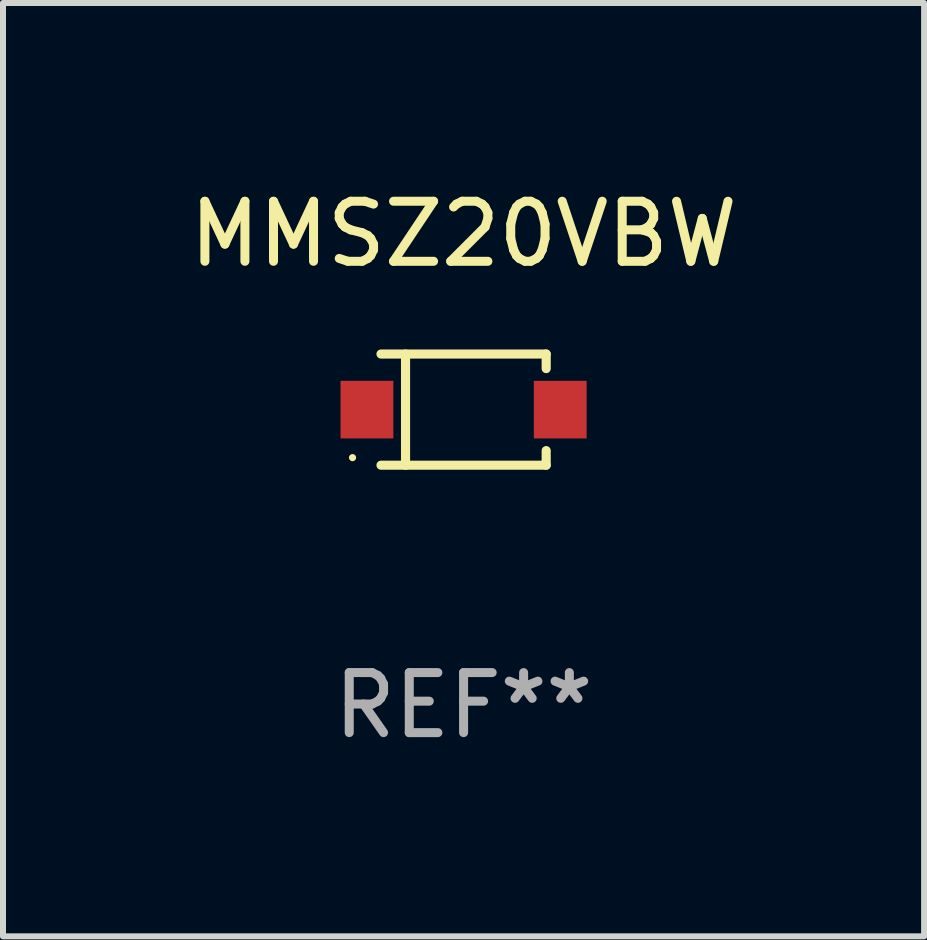
<source format=kicad_pcb>
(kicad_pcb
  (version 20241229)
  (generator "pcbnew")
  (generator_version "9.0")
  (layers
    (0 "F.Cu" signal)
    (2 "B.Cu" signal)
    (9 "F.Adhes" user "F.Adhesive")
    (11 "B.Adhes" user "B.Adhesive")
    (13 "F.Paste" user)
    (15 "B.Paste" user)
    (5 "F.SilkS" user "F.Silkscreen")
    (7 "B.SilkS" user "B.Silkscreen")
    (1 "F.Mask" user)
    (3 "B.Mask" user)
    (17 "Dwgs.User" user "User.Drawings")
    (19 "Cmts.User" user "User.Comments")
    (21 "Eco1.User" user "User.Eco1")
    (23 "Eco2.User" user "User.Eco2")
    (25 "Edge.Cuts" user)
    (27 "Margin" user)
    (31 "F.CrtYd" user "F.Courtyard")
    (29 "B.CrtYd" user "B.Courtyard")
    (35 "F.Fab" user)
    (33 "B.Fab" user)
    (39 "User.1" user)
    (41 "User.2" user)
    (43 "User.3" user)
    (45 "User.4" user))
  (footprint "MMSZ20VBW"
    (layer "F.Cu")
    (at 4.673 3.774)
    (property "Reference" "MMSZ20VBW" (at 0 -2.926 0) (layer "F.SilkS") (effects (font (size 1 1) (thickness 0.15))))
    (attr through_hole)
    (fp_line (start -1.376 -0.926) (end 1.376 -0.926) (stroke (width 0.152) (type solid)) (layer "F.SilkS"))
    (fp_line (start -1.376 0.926) (end 1.376 0.926) (stroke (width 0.152) (type solid)) (layer "F.SilkS"))
    (fp_line (start -0.967 -0.926) (end -0.967 0.926) (stroke (width 0.152) (type solid)) (layer "F.SilkS"))
    (fp_line (start 1.376 -0.926) (end 1.376 -0.683) (stroke (width 0.152) (type solid)) (layer "F.SilkS"))
    (fp_line (start 1.376 0.926) (end 1.376 0.683) (stroke (width 0.152) (type solid)) (layer "F.SilkS"))
    (fp_circle (center -1.85 0.8) (end -1.82 0.8) (stroke (width 0.06) (type solid)) (fill no) (layer "F.SilkS"))
    (fp_text user "REF**" (at 0 4.926 0) (layer "F.Fab") (effects (font (size 1 1) (thickness 0.15))))
    (pad "1" smd rect (at -1.61 0) (size 0.88 0.96) (layers "F.Cu" "F.Mask" "F.Paste"))
    (pad "2" smd rect (at 1.61 0) (size 0.88 0.96) (layers "F.Cu" "F.Mask" "F.Paste")))
  (gr_rect
    (start -3 -3)
    (end 12.345 12.549)
    (stroke (width 0.1) (type default))
    (fill no)
    (layer "Edge.Cuts")))
</source>
